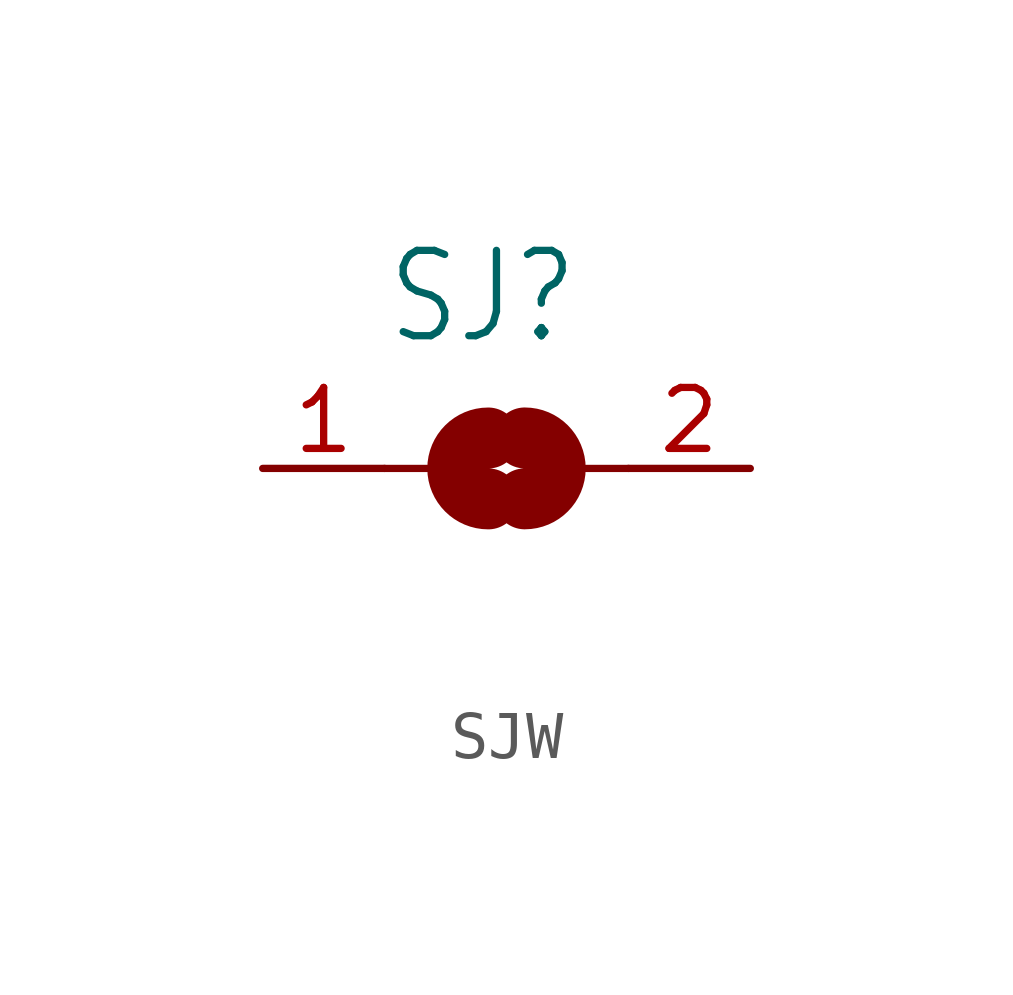
<source format=kicad_sym>
(kicad_symbol_lib
  (version 20220914)
  (generator kicad_symbol_editor)
  (symbol "SJW"
    (property "Reference" "SJ"
      (at -2.54 2.54 0)
      (effects (font (size 1.778 1.511)) (justify left bottom)))
    (property "Value" ""
      (at -2.54 -3.81 0)
      (effects (font (size 1.778 1.511)) (justify left bottom)))
    (property "ki_locked" ""
      (at 0 0 0)
      (effects (font (size 1.27 1.27))))
    (symbol "SJW_1_0"
      (arc (start -0.3808 0.635) (mid -1.0159 0.0001) (end -0.381 -0.635) (stroke (width 1.27) (type solid)) (fill (type none)))
      (polyline (pts (xy -2.54 0) (xy -1.651 0)) (stroke (width 0.152) (type solid)) (fill (type none)))
      (polyline (pts (xy 2.54 0) (xy 1.651 0)) (stroke (width 0.152) (type solid)) (fill (type none)))
      (arc (start 0.3808 -0.635) (mid 1.0159 -0.0001) (end 0.381 0.635) (stroke (width 1.27) (type solid)) (fill (type none)))
      (pin passive line (at -5.08 0 0) (length 2.54) (name "1" (effects (font (size 0 0)))) (number "1" (effects (font (size 1.27 1.27)))))
      (pin passive line (at 5.08 0 180) (length 2.54) (name "2" (effects (font (size 0 0)))) (number "2" (effects (font (size 1.27 1.27))))))))
</source>
